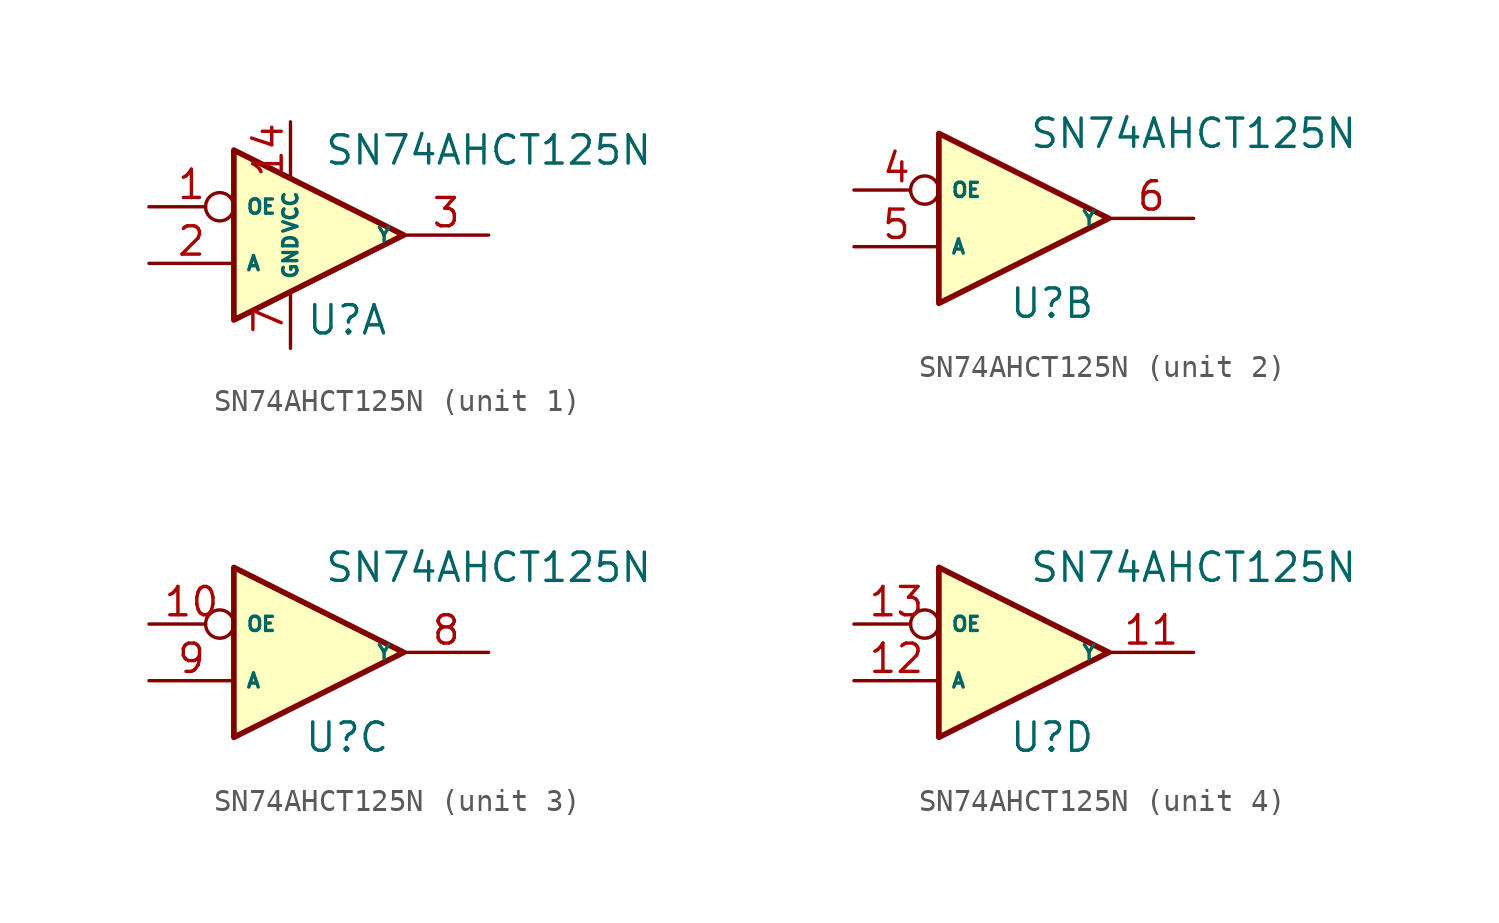
<source format=kicad_sym>
(kicad_symbol_lib
  (version 20220914)
  (generator kicad_symbol_editor)
  (symbol "SN74AHCT125N"
    (property "Reference" "U"
      (at 1.27 -3.81 0)
      (effects (font (size 1.27 1.27))))
    (property "Value" "SN74AHCT125N"
      (at 7.62 3.81 0)
      (effects (font (size 1.27 1.27))))
    (symbol "SN74AHCT125N_1_0"
      (polyline (pts (xy -3.81 3.81) (xy -3.81 -3.81) (xy 3.81 0) (xy -3.81 3.81)) (stroke (width 0.254) (type solid)) (fill (type background)))
      (pin input inverted (at -7.62 1.27 0) (length 3.81) (name "OE" (effects (font (size 0.635 0.635)))) (number "1" (effects (font (size 1.27 1.27)))))
      (pin input line (at -7.62 -1.27 0) (length 3.81) (name "A" (effects (font (size 0.635 0.635)))) (number "2" (effects (font (size 1.27 1.27)))))
      (pin output line (at 7.62 0 180) (length 3.81) (name "Y" (effects (font (size 0.635 0.635)))) (number "3" (effects (font (size 1.27 1.27))))))
    (symbol "SN74AHCT125N_1_1"
      (pin power_in line (at -1.27 5.08 270) (length 2.54) (name "VCC" (effects (font (size 0.635 0.635)))) (number "14" (effects (font (size 1.27 1.27)))))
      (pin power_in line (at -1.27 -5.08 90) (length 2.54) (name "GND" (effects (font (size 0.635 0.635)))) (number "7" (effects (font (size 1.27 1.27))))))
    (symbol "SN74AHCT125N_2_0"
      (polyline (pts (xy -3.81 3.81) (xy -3.81 -3.81) (xy 3.81 0) (xy -3.81 3.81)) (stroke (width 0.254) (type solid)) (fill (type background)))
      (pin input inverted (at -7.62 1.27 0) (length 3.81) (name "OE" (effects (font (size 0.635 0.635)))) (number "4" (effects (font (size 1.27 1.27)))))
      (pin input line (at -7.62 -1.27 0) (length 3.81) (name "A" (effects (font (size 0.635 0.635)))) (number "5" (effects (font (size 1.27 1.27)))))
      (pin output line (at 7.62 0 180) (length 3.81) (name "Y" (effects (font (size 0.635 0.635)))) (number "6" (effects (font (size 1.27 1.27))))))
    (symbol "SN74AHCT125N_3_0"
      (polyline (pts (xy -3.81 3.81) (xy -3.81 -3.81) (xy 3.81 0) (xy -3.81 3.81)) (stroke (width 0.254) (type solid)) (fill (type background)))
      (pin input inverted (at -7.62 1.27 0) (length 3.81) (name "OE" (effects (font (size 0.635 0.635)))) (number "10" (effects (font (size 1.27 1.27)))))
      (pin output line (at 7.62 0 180) (length 3.81) (name "Y" (effects (font (size 0.635 0.635)))) (number "8" (effects (font (size 1.27 1.27)))))
      (pin input line (at -7.62 -1.27 0) (length 3.81) (name "A" (effects (font (size 0.635 0.635)))) (number "9" (effects (font (size 1.27 1.27))))))
    (symbol "SN74AHCT125N_4_0"
      (polyline (pts (xy -3.81 3.81) (xy -3.81 -3.81) (xy 3.81 0) (xy -3.81 3.81)) (stroke (width 0.254) (type solid)) (fill (type background)))
      (pin output line (at 7.62 0 180) (length 3.81) (name "Y" (effects (font (size 0.635 0.635)))) (number "11" (effects (font (size 1.27 1.27)))))
      (pin input line (at -7.62 -1.27 0) (length 3.81) (name "A" (effects (font (size 0.635 0.635)))) (number "12" (effects (font (size 1.27 1.27)))))
      (pin input inverted (at -7.62 1.27 0) (length 3.81) (name "OE" (effects (font (size 0.635 0.635)))) (number "13" (effects (font (size 1.27 1.27))))))))
</source>
